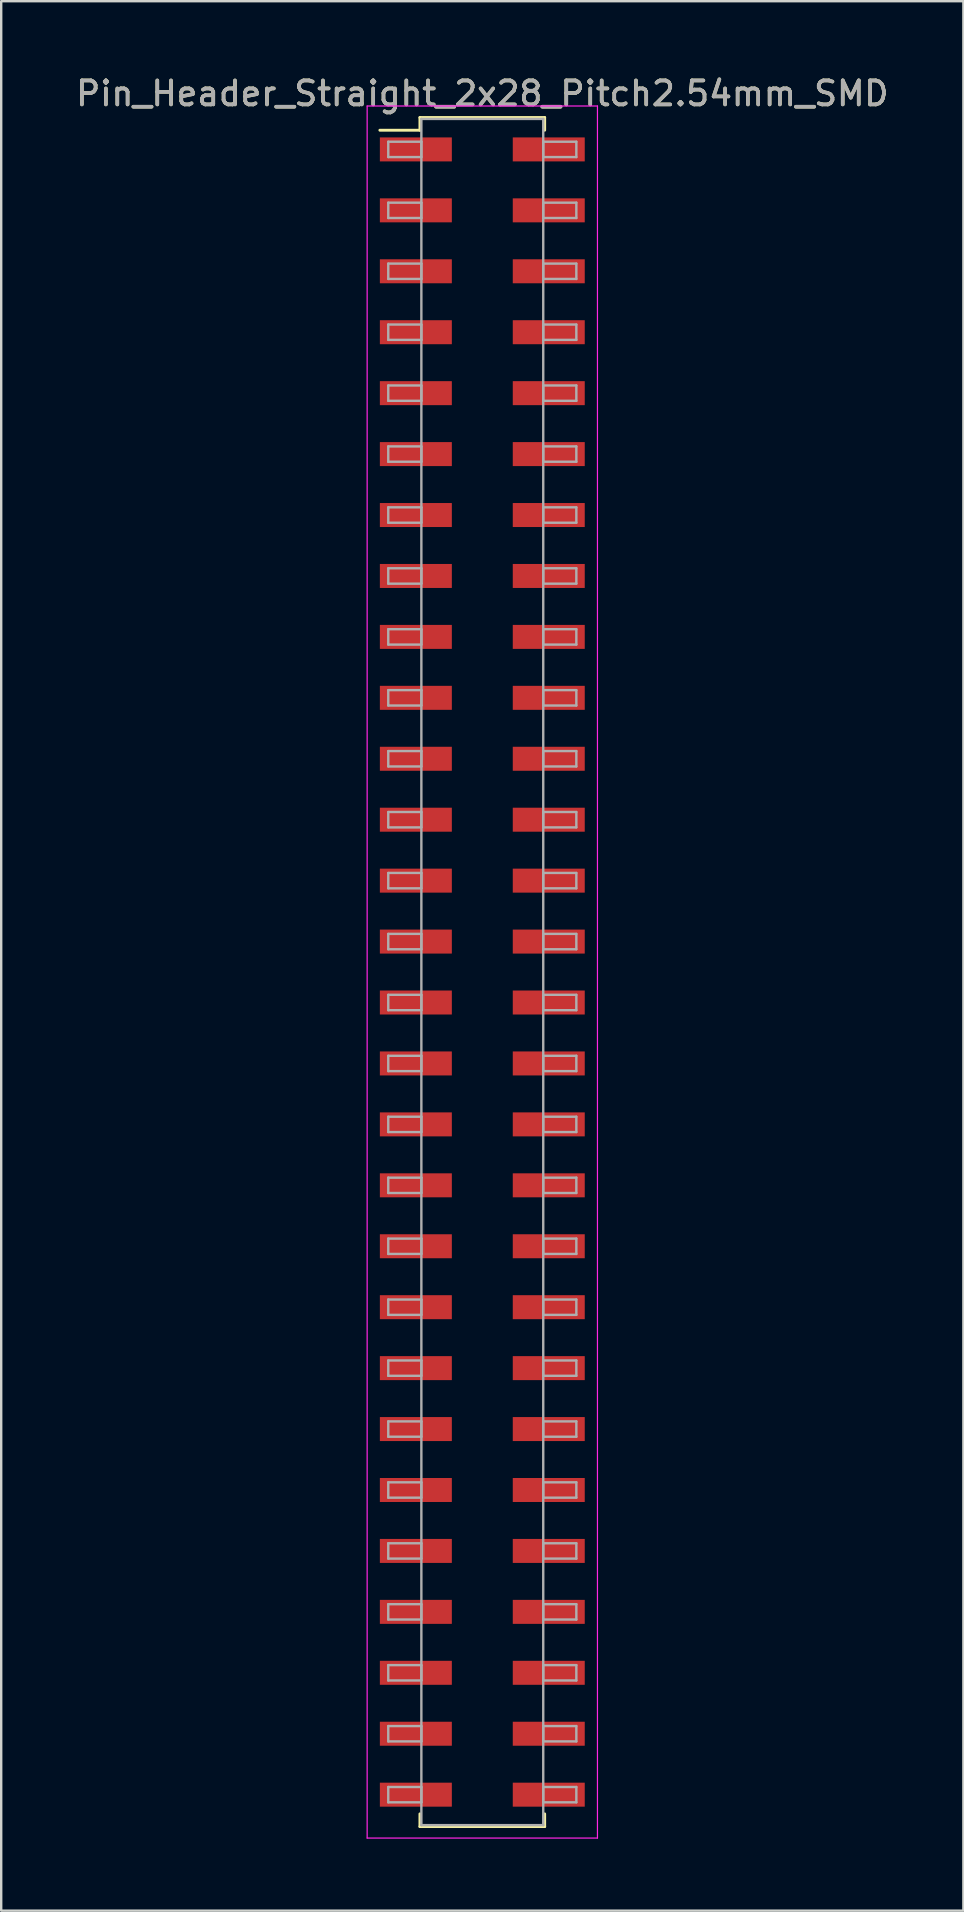
<source format=kicad_pcb>
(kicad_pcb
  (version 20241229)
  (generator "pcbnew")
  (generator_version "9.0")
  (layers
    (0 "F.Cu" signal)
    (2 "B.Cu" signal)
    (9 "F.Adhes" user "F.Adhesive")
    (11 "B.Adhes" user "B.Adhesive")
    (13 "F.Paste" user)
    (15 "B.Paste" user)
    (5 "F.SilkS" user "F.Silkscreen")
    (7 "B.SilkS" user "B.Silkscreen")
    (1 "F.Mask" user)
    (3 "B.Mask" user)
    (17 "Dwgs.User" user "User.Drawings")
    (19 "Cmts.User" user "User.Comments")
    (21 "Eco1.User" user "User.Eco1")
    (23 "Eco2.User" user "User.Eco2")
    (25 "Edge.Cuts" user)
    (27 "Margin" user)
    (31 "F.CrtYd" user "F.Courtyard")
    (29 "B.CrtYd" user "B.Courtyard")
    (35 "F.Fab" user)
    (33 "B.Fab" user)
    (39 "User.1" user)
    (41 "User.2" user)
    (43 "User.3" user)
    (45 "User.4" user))
  (footprint "Pin_Header_Straight_2x28_Pitch2.54mm_SMD"
    (layer "F.Cu")
    (at 17.054 37.468)
    (property "Reference" "Pin_Header_Straight_2x28_Pitch2.54mm_SMD" (at 0 -36.62 0) (layer "F.SilkS") (effects (font (size 1 1) (thickness 0.15))))
    (attr smd)
    (fp_line (start -4.27 -35.09) (end -2.6 -35.09) (stroke (width 0.12) (type solid)) (layer "F.SilkS"))
    (fp_line (start -2.6 -35.62) (end 2.6 -35.62) (stroke (width 0.12) (type solid)) (layer "F.SilkS"))
    (fp_line (start -2.6 -35.09) (end -2.6 -35.62) (stroke (width 0.12) (type solid)) (layer "F.SilkS"))
    (fp_line (start -2.6 35.09) (end -2.6 35.62) (stroke (width 0.12) (type solid)) (layer "F.SilkS"))
    (fp_line (start -2.6 35.62) (end 2.6 35.62) (stroke (width 0.12) (type solid)) (layer "F.SilkS"))
    (fp_line (start 2.6 -35.62) (end 2.6 -35.09) (stroke (width 0.12) (type solid)) (layer "F.SilkS"))
    (fp_line (start 2.6 35.62) (end 2.6 35.09) (stroke (width 0.12) (type solid)) (layer "F.SilkS"))
    (fp_line (start -4.8 -36.1) (end -4.8 36.1) (stroke (width 0.05) (type solid)) (layer "F.CrtYd"))
    (fp_line (start -4.8 36.1) (end 4.8 36.1) (stroke (width 0.05) (type solid)) (layer "F.CrtYd"))
    (fp_line (start 4.8 -36.1) (end -4.8 -36.1) (stroke (width 0.05) (type solid)) (layer "F.CrtYd"))
    (fp_line (start 4.8 36.1) (end 4.8 -36.1) (stroke (width 0.05) (type solid)) (layer "F.CrtYd"))
    (fp_line (start -3.92 -34.61) (end -2.54 -34.61) (stroke (width 0.1) (type solid)) (layer "F.Fab"))
    (fp_line (start -3.92 -33.97) (end -3.92 -34.61) (stroke (width 0.1) (type solid)) (layer "F.Fab"))
    (fp_line (start -3.92 -32.07) (end -2.54 -32.07) (stroke (width 0.1) (type solid)) (layer "F.Fab"))
    (fp_line (start -3.92 -31.43) (end -3.92 -32.07) (stroke (width 0.1) (type solid)) (layer "F.Fab"))
    (fp_line (start -3.92 -29.53) (end -2.54 -29.53) (stroke (width 0.1) (type solid)) (layer "F.Fab"))
    (fp_line (start -3.92 -28.89) (end -3.92 -29.53) (stroke (width 0.1) (type solid)) (layer "F.Fab"))
    (fp_line (start -3.92 -26.99) (end -2.54 -26.99) (stroke (width 0.1) (type solid)) (layer "F.Fab"))
    (fp_line (start -3.92 -26.35) (end -3.92 -26.99) (stroke (width 0.1) (type solid)) (layer "F.Fab"))
    (fp_line (start -3.92 -24.45) (end -2.54 -24.45) (stroke (width 0.1) (type solid)) (layer "F.Fab"))
    (fp_line (start -3.92 -23.81) (end -3.92 -24.45) (stroke (width 0.1) (type solid)) (layer "F.Fab"))
    (fp_line (start -3.92 -21.91) (end -2.54 -21.91) (stroke (width 0.1) (type solid)) (layer "F.Fab"))
    (fp_line (start -3.92 -21.27) (end -3.92 -21.91) (stroke (width 0.1) (type solid)) (layer "F.Fab"))
    (fp_line (start -3.92 -19.37) (end -2.54 -19.37) (stroke (width 0.1) (type solid)) (layer "F.Fab"))
    (fp_line (start -3.92 -18.73) (end -3.92 -19.37) (stroke (width 0.1) (type solid)) (layer "F.Fab"))
    (fp_line (start -3.92 -16.83) (end -2.54 -16.83) (stroke (width 0.1) (type solid)) (layer "F.Fab"))
    (fp_line (start -3.92 -16.19) (end -3.92 -16.83) (stroke (width 0.1) (type solid)) (layer "F.Fab"))
    (fp_line (start -3.92 -14.29) (end -2.54 -14.29) (stroke (width 0.1) (type solid)) (layer "F.Fab"))
    (fp_line (start -3.92 -13.65) (end -3.92 -14.29) (stroke (width 0.1) (type solid)) (layer "F.Fab"))
    (fp_line (start -3.92 -11.75) (end -2.54 -11.75) (stroke (width 0.1) (type solid)) (layer "F.Fab"))
    (fp_line (start -3.92 -11.11) (end -3.92 -11.75) (stroke (width 0.1) (type solid)) (layer "F.Fab"))
    (fp_line (start -3.92 -9.21) (end -2.54 -9.21) (stroke (width 0.1) (type solid)) (layer "F.Fab"))
    (fp_line (start -3.92 -8.57) (end -3.92 -9.21) (stroke (width 0.1) (type solid)) (layer "F.Fab"))
    (fp_line (start -3.92 -6.67) (end -2.54 -6.67) (stroke (width 0.1) (type solid)) (layer "F.Fab"))
    (fp_line (start -3.92 -6.03) (end -3.92 -6.67) (stroke (width 0.1) (type solid)) (layer "F.Fab"))
    (fp_line (start -3.92 -4.13) (end -2.54 -4.13) (stroke (width 0.1) (type solid)) (layer "F.Fab"))
    (fp_line (start -3.92 -3.49) (end -3.92 -4.13) (stroke (width 0.1) (type solid)) (layer "F.Fab"))
    (fp_line (start -3.92 -1.59) (end -2.54 -1.59) (stroke (width 0.1) (type solid)) (layer "F.Fab"))
    (fp_line (start -3.92 -0.95) (end -3.92 -1.59) (stroke (width 0.1) (type solid)) (layer "F.Fab"))
    (fp_line (start -3.92 0.95) (end -2.54 0.95) (stroke (width 0.1) (type solid)) (layer "F.Fab"))
    (fp_line (start -3.92 1.59) (end -3.92 0.95) (stroke (width 0.1) (type solid)) (layer "F.Fab"))
    (fp_line (start -3.92 3.49) (end -2.54 3.49) (stroke (width 0.1) (type solid)) (layer "F.Fab"))
    (fp_line (start -3.92 4.13) (end -3.92 3.49) (stroke (width 0.1) (type solid)) (layer "F.Fab"))
    (fp_line (start -3.92 6.03) (end -2.54 6.03) (stroke (width 0.1) (type solid)) (layer "F.Fab"))
    (fp_line (start -3.92 6.67) (end -3.92 6.03) (stroke (width 0.1) (type solid)) (layer "F.Fab"))
    (fp_line (start -3.92 8.57) (end -2.54 8.57) (stroke (width 0.1) (type solid)) (layer "F.Fab"))
    (fp_line (start -3.92 9.21) (end -3.92 8.57) (stroke (width 0.1) (type solid)) (layer "F.Fab"))
    (fp_line (start -3.92 11.11) (end -2.54 11.11) (stroke (width 0.1) (type solid)) (layer "F.Fab"))
    (fp_line (start -3.92 11.75) (end -3.92 11.11) (stroke (width 0.1) (type solid)) (layer "F.Fab"))
    (fp_line (start -3.92 13.65) (end -2.54 13.65) (stroke (width 0.1) (type solid)) (layer "F.Fab"))
    (fp_line (start -3.92 14.29) (end -3.92 13.65) (stroke (width 0.1) (type solid)) (layer "F.Fab"))
    (fp_line (start -3.92 16.19) (end -2.54 16.19) (stroke (width 0.1) (type solid)) (layer "F.Fab"))
    (fp_line (start -3.92 16.83) (end -3.92 16.19) (stroke (width 0.1) (type solid)) (layer "F.Fab"))
    (fp_line (start -3.92 18.73) (end -2.54 18.73) (stroke (width 0.1) (type solid)) (layer "F.Fab"))
    (fp_line (start -3.92 19.37) (end -3.92 18.73) (stroke (width 0.1) (type solid)) (layer "F.Fab"))
    (fp_line (start -3.92 21.27) (end -2.54 21.27) (stroke (width 0.1) (type solid)) (layer "F.Fab"))
    (fp_line (start -3.92 21.91) (end -3.92 21.27) (stroke (width 0.1) (type solid)) (layer "F.Fab"))
    (fp_line (start -3.92 23.81) (end -2.54 23.81) (stroke (width 0.1) (type solid)) (layer "F.Fab"))
    (fp_line (start -3.92 24.45) (end -3.92 23.81) (stroke (width 0.1) (type solid)) (layer "F.Fab"))
    (fp_line (start -3.92 26.35) (end -2.54 26.35) (stroke (width 0.1) (type solid)) (layer "F.Fab"))
    (fp_line (start -3.92 26.99) (end -3.92 26.35) (stroke (width 0.1) (type solid)) (layer "F.Fab"))
    (fp_line (start -3.92 28.89) (end -2.54 28.89) (stroke (width 0.1) (type solid)) (layer "F.Fab"))
    (fp_line (start -3.92 29.53) (end -3.92 28.89) (stroke (width 0.1) (type solid)) (layer "F.Fab"))
    (fp_line (start -3.92 31.43) (end -2.54 31.43) (stroke (width 0.1) (type solid)) (layer "F.Fab"))
    (fp_line (start -3.92 32.07) (end -3.92 31.43) (stroke (width 0.1) (type solid)) (layer "F.Fab"))
    (fp_line (start -3.92 33.97) (end -2.54 33.97) (stroke (width 0.1) (type solid)) (layer "F.Fab"))
    (fp_line (start -3.92 34.61) (end -3.92 33.97) (stroke (width 0.1) (type solid)) (layer "F.Fab"))
    (fp_line (start -2.54 -35.56) (end -2.54 35.56) (stroke (width 0.1) (type solid)) (layer "F.Fab"))
    (fp_line (start -2.54 -34.61) (end -2.54 -33.97) (stroke (width 0.1) (type solid)) (layer "F.Fab"))
    (fp_line (start -2.54 -33.97) (end -3.92 -33.97) (stroke (width 0.1) (type solid)) (layer "F.Fab"))
    (fp_line (start -2.54 -32.07) (end -2.54 -31.43) (stroke (width 0.1) (type solid)) (layer "F.Fab"))
    (fp_line (start -2.54 -31.43) (end -3.92 -31.43) (stroke (width 0.1) (type solid)) (layer "F.Fab"))
    (fp_line (start -2.54 -29.53) (end -2.54 -28.89) (stroke (width 0.1) (type solid)) (layer "F.Fab"))
    (fp_line (start -2.54 -28.89) (end -3.92 -28.89) (stroke (width 0.1) (type solid)) (layer "F.Fab"))
    (fp_line (start -2.54 -26.99) (end -2.54 -26.35) (stroke (width 0.1) (type solid)) (layer "F.Fab"))
    (fp_line (start -2.54 -26.35) (end -3.92 -26.35) (stroke (width 0.1) (type solid)) (layer "F.Fab"))
    (fp_line (start -2.54 -24.45) (end -2.54 -23.81) (stroke (width 0.1) (type solid)) (layer "F.Fab"))
    (fp_line (start -2.54 -23.81) (end -3.92 -23.81) (stroke (width 0.1) (type solid)) (layer "F.Fab"))
    (fp_line (start -2.54 -21.91) (end -2.54 -21.27) (stroke (width 0.1) (type solid)) (layer "F.Fab"))
    (fp_line (start -2.54 -21.27) (end -3.92 -21.27) (stroke (width 0.1) (type solid)) (layer "F.Fab"))
    (fp_line (start -2.54 -19.37) (end -2.54 -18.73) (stroke (width 0.1) (type solid)) (layer "F.Fab"))
    (fp_line (start -2.54 -18.73) (end -3.92 -18.73) (stroke (width 0.1) (type solid)) (layer "F.Fab"))
    (fp_line (start -2.54 -16.83) (end -2.54 -16.19) (stroke (width 0.1) (type solid)) (layer "F.Fab"))
    (fp_line (start -2.54 -16.19) (end -3.92 -16.19) (stroke (width 0.1) (type solid)) (layer "F.Fab"))
    (fp_line (start -2.54 -14.29) (end -2.54 -13.65) (stroke (width 0.1) (type solid)) (layer "F.Fab"))
    (fp_line (start -2.54 -13.65) (end -3.92 -13.65) (stroke (width 0.1) (type solid)) (layer "F.Fab"))
    (fp_line (start -2.54 -11.75) (end -2.54 -11.11) (stroke (width 0.1) (type solid)) (layer "F.Fab"))
    (fp_line (start -2.54 -11.11) (end -3.92 -11.11) (stroke (width 0.1) (type solid)) (layer "F.Fab"))
    (fp_line (start -2.54 -9.21) (end -2.54 -8.57) (stroke (width 0.1) (type solid)) (layer "F.Fab"))
    (fp_line (start -2.54 -8.57) (end -3.92 -8.57) (stroke (width 0.1) (type solid)) (layer "F.Fab"))
    (fp_line (start -2.54 -6.67) (end -2.54 -6.03) (stroke (width 0.1) (type solid)) (layer "F.Fab"))
    (fp_line (start -2.54 -6.03) (end -3.92 -6.03) (stroke (width 0.1) (type solid)) (layer "F.Fab"))
    (fp_line (start -2.54 -4.13) (end -2.54 -3.49) (stroke (width 0.1) (type solid)) (layer "F.Fab"))
    (fp_line (start -2.54 -3.49) (end -3.92 -3.49) (stroke (width 0.1) (type solid)) (layer "F.Fab"))
    (fp_line (start -2.54 -1.59) (end -2.54 -0.95) (stroke (width 0.1) (type solid)) (layer "F.Fab"))
    (fp_line (start -2.54 -0.95) (end -3.92 -0.95) (stroke (width 0.1) (type solid)) (layer "F.Fab"))
    (fp_line (start -2.54 0.95) (end -2.54 1.59) (stroke (width 0.1) (type solid)) (layer "F.Fab"))
    (fp_line (start -2.54 1.59) (end -3.92 1.59) (stroke (width 0.1) (type solid)) (layer "F.Fab"))
    (fp_line (start -2.54 3.49) (end -2.54 4.13) (stroke (width 0.1) (type solid)) (layer "F.Fab"))
    (fp_line (start -2.54 4.13) (end -3.92 4.13) (stroke (width 0.1) (type solid)) (layer "F.Fab"))
    (fp_line (start -2.54 6.03) (end -2.54 6.67) (stroke (width 0.1) (type solid)) (layer "F.Fab"))
    (fp_line (start -2.54 6.67) (end -3.92 6.67) (stroke (width 0.1) (type solid)) (layer "F.Fab"))
    (fp_line (start -2.54 8.57) (end -2.54 9.21) (stroke (width 0.1) (type solid)) (layer "F.Fab"))
    (fp_line (start -2.54 9.21) (end -3.92 9.21) (stroke (width 0.1) (type solid)) (layer "F.Fab"))
    (fp_line (start -2.54 11.11) (end -2.54 11.75) (stroke (width 0.1) (type solid)) (layer "F.Fab"))
    (fp_line (start -2.54 11.75) (end -3.92 11.75) (stroke (width 0.1) (type solid)) (layer "F.Fab"))
    (fp_line (start -2.54 13.65) (end -2.54 14.29) (stroke (width 0.1) (type solid)) (layer "F.Fab"))
    (fp_line (start -2.54 14.29) (end -3.92 14.29) (stroke (width 0.1) (type solid)) (layer "F.Fab"))
    (fp_line (start -2.54 16.19) (end -2.54 16.83) (stroke (width 0.1) (type solid)) (layer "F.Fab"))
    (fp_line (start -2.54 16.83) (end -3.92 16.83) (stroke (width 0.1) (type solid)) (layer "F.Fab"))
    (fp_line (start -2.54 18.73) (end -2.54 19.37) (stroke (width 0.1) (type solid)) (layer "F.Fab"))
    (fp_line (start -2.54 19.37) (end -3.92 19.37) (stroke (width 0.1) (type solid)) (layer "F.Fab"))
    (fp_line (start -2.54 21.27) (end -2.54 21.91) (stroke (width 0.1) (type solid)) (layer "F.Fab"))
    (fp_line (start -2.54 21.91) (end -3.92 21.91) (stroke (width 0.1) (type solid)) (layer "F.Fab"))
    (fp_line (start -2.54 23.81) (end -2.54 24.45) (stroke (width 0.1) (type solid)) (layer "F.Fab"))
    (fp_line (start -2.54 24.45) (end -3.92 24.45) (stroke (width 0.1) (type solid)) (layer "F.Fab"))
    (fp_line (start -2.54 26.35) (end -2.54 26.99) (stroke (width 0.1) (type solid)) (layer "F.Fab"))
    (fp_line (start -2.54 26.99) (end -3.92 26.99) (stroke (width 0.1) (type solid)) (layer "F.Fab"))
    (fp_line (start -2.54 28.89) (end -2.54 29.53) (stroke (width 0.1) (type solid)) (layer "F.Fab"))
    (fp_line (start -2.54 29.53) (end -3.92 29.53) (stroke (width 0.1) (type solid)) (layer "F.Fab"))
    (fp_line (start -2.54 31.43) (end -2.54 32.07) (stroke (width 0.1) (type solid)) (layer "F.Fab"))
    (fp_line (start -2.54 32.07) (end -3.92 32.07) (stroke (width 0.1) (type solid)) (layer "F.Fab"))
    (fp_line (start -2.54 33.97) (end -2.54 34.61) (stroke (width 0.1) (type solid)) (layer "F.Fab"))
    (fp_line (start -2.54 34.61) (end -3.92 34.61) (stroke (width 0.1) (type solid)) (layer "F.Fab"))
    (fp_line (start -2.54 35.56) (end 2.54 35.56) (stroke (width 0.1) (type solid)) (layer "F.Fab"))
    (fp_line (start 2.54 -35.56) (end -2.54 -35.56) (stroke (width 0.1) (type solid)) (layer "F.Fab"))
    (fp_line (start 2.54 -34.61) (end 2.54 -33.97) (stroke (width 0.1) (type solid)) (layer "F.Fab"))
    (fp_line (start 2.54 -33.97) (end 3.92 -33.97) (stroke (width 0.1) (type solid)) (layer "F.Fab"))
    (fp_line (start 2.54 -32.07) (end 2.54 -31.43) (stroke (width 0.1) (type solid)) (layer "F.Fab"))
    (fp_line (start 2.54 -31.43) (end 3.92 -31.43) (stroke (width 0.1) (type solid)) (layer "F.Fab"))
    (fp_line (start 2.54 -29.53) (end 2.54 -28.89) (stroke (width 0.1) (type solid)) (layer "F.Fab"))
    (fp_line (start 2.54 -28.89) (end 3.92 -28.89) (stroke (width 0.1) (type solid)) (layer "F.Fab"))
    (fp_line (start 2.54 -26.99) (end 2.54 -26.35) (stroke (width 0.1) (type solid)) (layer "F.Fab"))
    (fp_line (start 2.54 -26.35) (end 3.92 -26.35) (stroke (width 0.1) (type solid)) (layer "F.Fab"))
    (fp_line (start 2.54 -24.45) (end 2.54 -23.81) (stroke (width 0.1) (type solid)) (layer "F.Fab"))
    (fp_line (start 2.54 -23.81) (end 3.92 -23.81) (stroke (width 0.1) (type solid)) (layer "F.Fab"))
    (fp_line (start 2.54 -21.91) (end 2.54 -21.27) (stroke (width 0.1) (type solid)) (layer "F.Fab"))
    (fp_line (start 2.54 -21.27) (end 3.92 -21.27) (stroke (width 0.1) (type solid)) (layer "F.Fab"))
    (fp_line (start 2.54 -19.37) (end 2.54 -18.73) (stroke (width 0.1) (type solid)) (layer "F.Fab"))
    (fp_line (start 2.54 -18.73) (end 3.92 -18.73) (stroke (width 0.1) (type solid)) (layer "F.Fab"))
    (fp_line (start 2.54 -16.83) (end 2.54 -16.19) (stroke (width 0.1) (type solid)) (layer "F.Fab"))
    (fp_line (start 2.54 -16.19) (end 3.92 -16.19) (stroke (width 0.1) (type solid)) (layer "F.Fab"))
    (fp_line (start 2.54 -14.29) (end 2.54 -13.65) (stroke (width 0.1) (type solid)) (layer "F.Fab"))
    (fp_line (start 2.54 -13.65) (end 3.92 -13.65) (stroke (width 0.1) (type solid)) (layer "F.Fab"))
    (fp_line (start 2.54 -11.75) (end 2.54 -11.11) (stroke (width 0.1) (type solid)) (layer "F.Fab"))
    (fp_line (start 2.54 -11.11) (end 3.92 -11.11) (stroke (width 0.1) (type solid)) (layer "F.Fab"))
    (fp_line (start 2.54 -9.21) (end 2.54 -8.57) (stroke (width 0.1) (type solid)) (layer "F.Fab"))
    (fp_line (start 2.54 -8.57) (end 3.92 -8.57) (stroke (width 0.1) (type solid)) (layer "F.Fab"))
    (fp_line (start 2.54 -6.67) (end 2.54 -6.03) (stroke (width 0.1) (type solid)) (layer "F.Fab"))
    (fp_line (start 2.54 -6.03) (end 3.92 -6.03) (stroke (width 0.1) (type solid)) (layer "F.Fab"))
    (fp_line (start 2.54 -4.13) (end 2.54 -3.49) (stroke (width 0.1) (type solid)) (layer "F.Fab"))
    (fp_line (start 2.54 -3.49) (end 3.92 -3.49) (stroke (width 0.1) (type solid)) (layer "F.Fab"))
    (fp_line (start 2.54 -1.59) (end 2.54 -0.95) (stroke (width 0.1) (type solid)) (layer "F.Fab"))
    (fp_line (start 2.54 -0.95) (end 3.92 -0.95) (stroke (width 0.1) (type solid)) (layer "F.Fab"))
    (fp_line (start 2.54 0.95) (end 2.54 1.59) (stroke (width 0.1) (type solid)) (layer "F.Fab"))
    (fp_line (start 2.54 1.59) (end 3.92 1.59) (stroke (width 0.1) (type solid)) (layer "F.Fab"))
    (fp_line (start 2.54 3.49) (end 2.54 4.13) (stroke (width 0.1) (type solid)) (layer "F.Fab"))
    (fp_line (start 2.54 4.13) (end 3.92 4.13) (stroke (width 0.1) (type solid)) (layer "F.Fab"))
    (fp_line (start 2.54 6.03) (end 2.54 6.67) (stroke (width 0.1) (type solid)) (layer "F.Fab"))
    (fp_line (start 2.54 6.67) (end 3.92 6.67) (stroke (width 0.1) (type solid)) (layer "F.Fab"))
    (fp_line (start 2.54 8.57) (end 2.54 9.21) (stroke (width 0.1) (type solid)) (layer "F.Fab"))
    (fp_line (start 2.54 9.21) (end 3.92 9.21) (stroke (width 0.1) (type solid)) (layer "F.Fab"))
    (fp_line (start 2.54 11.11) (end 2.54 11.75) (stroke (width 0.1) (type solid)) (layer "F.Fab"))
    (fp_line (start 2.54 11.75) (end 3.92 11.75) (stroke (width 0.1) (type solid)) (layer "F.Fab"))
    (fp_line (start 2.54 13.65) (end 2.54 14.29) (stroke (width 0.1) (type solid)) (layer "F.Fab"))
    (fp_line (start 2.54 14.29) (end 3.92 14.29) (stroke (width 0.1) (type solid)) (layer "F.Fab"))
    (fp_line (start 2.54 16.19) (end 2.54 16.83) (stroke (width 0.1) (type solid)) (layer "F.Fab"))
    (fp_line (start 2.54 16.83) (end 3.92 16.83) (stroke (width 0.1) (type solid)) (layer "F.Fab"))
    (fp_line (start 2.54 18.73) (end 2.54 19.37) (stroke (width 0.1) (type solid)) (layer "F.Fab"))
    (fp_line (start 2.54 19.37) (end 3.92 19.37) (stroke (width 0.1) (type solid)) (layer "F.Fab"))
    (fp_line (start 2.54 21.27) (end 2.54 21.91) (stroke (width 0.1) (type solid)) (layer "F.Fab"))
    (fp_line (start 2.54 21.91) (end 3.92 21.91) (stroke (width 0.1) (type solid)) (layer "F.Fab"))
    (fp_line (start 2.54 23.81) (end 2.54 24.45) (stroke (width 0.1) (type solid)) (layer "F.Fab"))
    (fp_line (start 2.54 24.45) (end 3.92 24.45) (stroke (width 0.1) (type solid)) (layer "F.Fab"))
    (fp_line (start 2.54 26.35) (end 2.54 26.99) (stroke (width 0.1) (type solid)) (layer "F.Fab"))
    (fp_line (start 2.54 26.99) (end 3.92 26.99) (stroke (width 0.1) (type solid)) (layer "F.Fab"))
    (fp_line (start 2.54 28.89) (end 2.54 29.53) (stroke (width 0.1) (type solid)) (layer "F.Fab"))
    (fp_line (start 2.54 29.53) (end 3.92 29.53) (stroke (width 0.1) (type solid)) (layer "F.Fab"))
    (fp_line (start 2.54 31.43) (end 2.54 32.07) (stroke (width 0.1) (type solid)) (layer "F.Fab"))
    (fp_line (start 2.54 32.07) (end 3.92 32.07) (stroke (width 0.1) (type solid)) (layer "F.Fab"))
    (fp_line (start 2.54 33.97) (end 2.54 34.61) (stroke (width 0.1) (type solid)) (layer "F.Fab"))
    (fp_line (start 2.54 34.61) (end 3.92 34.61) (stroke (width 0.1) (type solid)) (layer "F.Fab"))
    (fp_line (start 2.54 35.56) (end 2.54 -35.56) (stroke (width 0.1) (type solid)) (layer "F.Fab"))
    (fp_line (start 3.92 -34.61) (end 2.54 -34.61) (stroke (width 0.1) (type solid)) (layer "F.Fab"))
    (fp_line (start 3.92 -33.97) (end 3.92 -34.61) (stroke (width 0.1) (type solid)) (layer "F.Fab"))
    (fp_line (start 3.92 -32.07) (end 2.54 -32.07) (stroke (width 0.1) (type solid)) (layer "F.Fab"))
    (fp_line (start 3.92 -31.43) (end 3.92 -32.07) (stroke (width 0.1) (type solid)) (layer "F.Fab"))
    (fp_line (start 3.92 -29.53) (end 2.54 -29.53) (stroke (width 0.1) (type solid)) (layer "F.Fab"))
    (fp_line (start 3.92 -28.89) (end 3.92 -29.53) (stroke (width 0.1) (type solid)) (layer "F.Fab"))
    (fp_line (start 3.92 -26.99) (end 2.54 -26.99) (stroke (width 0.1) (type solid)) (layer "F.Fab"))
    (fp_line (start 3.92 -26.35) (end 3.92 -26.99) (stroke (width 0.1) (type solid)) (layer "F.Fab"))
    (fp_line (start 3.92 -24.45) (end 2.54 -24.45) (stroke (width 0.1) (type solid)) (layer "F.Fab"))
    (fp_line (start 3.92 -23.81) (end 3.92 -24.45) (stroke (width 0.1) (type solid)) (layer "F.Fab"))
    (fp_line (start 3.92 -21.91) (end 2.54 -21.91) (stroke (width 0.1) (type solid)) (layer "F.Fab"))
    (fp_line (start 3.92 -21.27) (end 3.92 -21.91) (stroke (width 0.1) (type solid)) (layer "F.Fab"))
    (fp_line (start 3.92 -19.37) (end 2.54 -19.37) (stroke (width 0.1) (type solid)) (layer "F.Fab"))
    (fp_line (start 3.92 -18.73) (end 3.92 -19.37) (stroke (width 0.1) (type solid)) (layer "F.Fab"))
    (fp_line (start 3.92 -16.83) (end 2.54 -16.83) (stroke (width 0.1) (type solid)) (layer "F.Fab"))
    (fp_line (start 3.92 -16.19) (end 3.92 -16.83) (stroke (width 0.1) (type solid)) (layer "F.Fab"))
    (fp_line (start 3.92 -14.29) (end 2.54 -14.29) (stroke (width 0.1) (type solid)) (layer "F.Fab"))
    (fp_line (start 3.92 -13.65) (end 3.92 -14.29) (stroke (width 0.1) (type solid)) (layer "F.Fab"))
    (fp_line (start 3.92 -11.75) (end 2.54 -11.75) (stroke (width 0.1) (type solid)) (layer "F.Fab"))
    (fp_line (start 3.92 -11.11) (end 3.92 -11.75) (stroke (width 0.1) (type solid)) (layer "F.Fab"))
    (fp_line (start 3.92 -9.21) (end 2.54 -9.21) (stroke (width 0.1) (type solid)) (layer "F.Fab"))
    (fp_line (start 3.92 -8.57) (end 3.92 -9.21) (stroke (width 0.1) (type solid)) (layer "F.Fab"))
    (fp_line (start 3.92 -6.67) (end 2.54 -6.67) (stroke (width 0.1) (type solid)) (layer "F.Fab"))
    (fp_line (start 3.92 -6.03) (end 3.92 -6.67) (stroke (width 0.1) (type solid)) (layer "F.Fab"))
    (fp_line (start 3.92 -4.13) (end 2.54 -4.13) (stroke (width 0.1) (type solid)) (layer "F.Fab"))
    (fp_line (start 3.92 -3.49) (end 3.92 -4.13) (stroke (width 0.1) (type solid)) (layer "F.Fab"))
    (fp_line (start 3.92 -1.59) (end 2.54 -1.59) (stroke (width 0.1) (type solid)) (layer "F.Fab"))
    (fp_line (start 3.92 -0.95) (end 3.92 -1.59) (stroke (width 0.1) (type solid)) (layer "F.Fab"))
    (fp_line (start 3.92 0.95) (end 2.54 0.95) (stroke (width 0.1) (type solid)) (layer "F.Fab"))
    (fp_line (start 3.92 1.59) (end 3.92 0.95) (stroke (width 0.1) (type solid)) (layer "F.Fab"))
    (fp_line (start 3.92 3.49) (end 2.54 3.49) (stroke (width 0.1) (type solid)) (layer "F.Fab"))
    (fp_line (start 3.92 4.13) (end 3.92 3.49) (stroke (width 0.1) (type solid)) (layer "F.Fab"))
    (fp_line (start 3.92 6.03) (end 2.54 6.03) (stroke (width 0.1) (type solid)) (layer "F.Fab"))
    (fp_line (start 3.92 6.67) (end 3.92 6.03) (stroke (width 0.1) (type solid)) (layer "F.Fab"))
    (fp_line (start 3.92 8.57) (end 2.54 8.57) (stroke (width 0.1) (type solid)) (layer "F.Fab"))
    (fp_line (start 3.92 9.21) (end 3.92 8.57) (stroke (width 0.1) (type solid)) (layer "F.Fab"))
    (fp_line (start 3.92 11.11) (end 2.54 11.11) (stroke (width 0.1) (type solid)) (layer "F.Fab"))
    (fp_line (start 3.92 11.75) (end 3.92 11.11) (stroke (width 0.1) (type solid)) (layer "F.Fab"))
    (fp_line (start 3.92 13.65) (end 2.54 13.65) (stroke (width 0.1) (type solid)) (layer "F.Fab"))
    (fp_line (start 3.92 14.29) (end 3.92 13.65) (stroke (width 0.1) (type solid)) (layer "F.Fab"))
    (fp_line (start 3.92 16.19) (end 2.54 16.19) (stroke (width 0.1) (type solid)) (layer "F.Fab"))
    (fp_line (start 3.92 16.83) (end 3.92 16.19) (stroke (width 0.1) (type solid)) (layer "F.Fab"))
    (fp_line (start 3.92 18.73) (end 2.54 18.73) (stroke (width 0.1) (type solid)) (layer "F.Fab"))
    (fp_line (start 3.92 19.37) (end 3.92 18.73) (stroke (width 0.1) (type solid)) (layer "F.Fab"))
    (fp_line (start 3.92 21.27) (end 2.54 21.27) (stroke (width 0.1) (type solid)) (layer "F.Fab"))
    (fp_line (start 3.92 21.91) (end 3.92 21.27) (stroke (width 0.1) (type solid)) (layer "F.Fab"))
    (fp_line (start 3.92 23.81) (end 2.54 23.81) (stroke (width 0.1) (type solid)) (layer "F.Fab"))
    (fp_line (start 3.92 24.45) (end 3.92 23.81) (stroke (width 0.1) (type solid)) (layer "F.Fab"))
    (fp_line (start 3.92 26.35) (end 2.54 26.35) (stroke (width 0.1) (type solid)) (layer "F.Fab"))
    (fp_line (start 3.92 26.99) (end 3.92 26.35) (stroke (width 0.1) (type solid)) (layer "F.Fab"))
    (fp_line (start 3.92 28.89) (end 2.54 28.89) (stroke (width 0.1) (type solid)) (layer "F.Fab"))
    (fp_line (start 3.92 29.53) (end 3.92 28.89) (stroke (width 0.1) (type solid)) (layer "F.Fab"))
    (fp_line (start 3.92 31.43) (end 2.54 31.43) (stroke (width 0.1) (type solid)) (layer "F.Fab"))
    (fp_line (start 3.92 32.07) (end 3.92 31.43) (stroke (width 0.1) (type solid)) (layer "F.Fab"))
    (fp_line (start 3.92 33.97) (end 2.54 33.97) (stroke (width 0.1) (type solid)) (layer "F.Fab"))
    (fp_line (start 3.92 34.61) (end 3.92 33.97) (stroke (width 0.1) (type solid)) (layer "F.Fab"))
    (fp_text user "${REFERENCE}" (at 0 -36.62 0) (layer "F.Fab") (effects (font (size 1 1) (thickness 0.15))))
    (pad "1" smd rect (at -2.77 -34.29) (size 3 1) (layers "F.Cu" "F.Mask" "F.Paste"))
    (pad "2" smd rect (at 2.77 -34.29) (size 3 1) (layers "F.Cu" "F.Mask" "F.Paste"))
    (pad "3" smd rect (at -2.77 -31.75) (size 3 1) (layers "F.Cu" "F.Mask" "F.Paste"))
    (pad "4" smd rect (at 2.77 -31.75) (size 3 1) (layers "F.Cu" "F.Mask" "F.Paste"))
    (pad "5" smd rect (at -2.77 -29.21) (size 3 1) (layers "F.Cu" "F.Mask" "F.Paste"))
    (pad "6" smd rect (at 2.77 -29.21) (size 3 1) (layers "F.Cu" "F.Mask" "F.Paste"))
    (pad "7" smd rect (at -2.77 -26.67) (size 3 1) (layers "F.Cu" "F.Mask" "F.Paste"))
    (pad "8" smd rect (at 2.77 -26.67) (size 3 1) (layers "F.Cu" "F.Mask" "F.Paste"))
    (pad "9" smd rect (at -2.77 -24.13) (size 3 1) (layers "F.Cu" "F.Mask" "F.Paste"))
    (pad "10" smd rect (at 2.77 -24.13) (size 3 1) (layers "F.Cu" "F.Mask" "F.Paste"))
    (pad "11" smd rect (at -2.77 -21.59) (size 3 1) (layers "F.Cu" "F.Mask" "F.Paste"))
    (pad "12" smd rect (at 2.77 -21.59) (size 3 1) (layers "F.Cu" "F.Mask" "F.Paste"))
    (pad "13" smd rect (at -2.77 -19.05) (size 3 1) (layers "F.Cu" "F.Mask" "F.Paste"))
    (pad "14" smd rect (at 2.77 -19.05) (size 3 1) (layers "F.Cu" "F.Mask" "F.Paste"))
    (pad "15" smd rect (at -2.77 -16.51) (size 3 1) (layers "F.Cu" "F.Mask" "F.Paste"))
    (pad "16" smd rect (at 2.77 -16.51) (size 3 1) (layers "F.Cu" "F.Mask" "F.Paste"))
    (pad "17" smd rect (at -2.77 -13.97) (size 3 1) (layers "F.Cu" "F.Mask" "F.Paste"))
    (pad "18" smd rect (at 2.77 -13.97) (size 3 1) (layers "F.Cu" "F.Mask" "F.Paste"))
    (pad "19" smd rect (at -2.77 -11.43) (size 3 1) (layers "F.Cu" "F.Mask" "F.Paste"))
    (pad "20" smd rect (at 2.77 -11.43) (size 3 1) (layers "F.Cu" "F.Mask" "F.Paste"))
    (pad "21" smd rect (at -2.77 -8.89) (size 3 1) (layers "F.Cu" "F.Mask" "F.Paste"))
    (pad "22" smd rect (at 2.77 -8.89) (size 3 1) (layers "F.Cu" "F.Mask" "F.Paste"))
    (pad "23" smd rect (at -2.77 -6.35) (size 3 1) (layers "F.Cu" "F.Mask" "F.Paste"))
    (pad "24" smd rect (at 2.77 -6.35) (size 3 1) (layers "F.Cu" "F.Mask" "F.Paste"))
    (pad "25" smd rect (at -2.77 -3.81) (size 3 1) (layers "F.Cu" "F.Mask" "F.Paste"))
    (pad "26" smd rect (at 2.77 -3.81) (size 3 1) (layers "F.Cu" "F.Mask" "F.Paste"))
    (pad "27" smd rect (at -2.77 -1.27) (size 3 1) (layers "F.Cu" "F.Mask" "F.Paste"))
    (pad "28" smd rect (at 2.77 -1.27) (size 3 1) (layers "F.Cu" "F.Mask" "F.Paste"))
    (pad "29" smd rect (at -2.77 1.27) (size 3 1) (layers "F.Cu" "F.Mask" "F.Paste"))
    (pad "30" smd rect (at 2.77 1.27) (size 3 1) (layers "F.Cu" "F.Mask" "F.Paste"))
    (pad "31" smd rect (at -2.77 3.81) (size 3 1) (layers "F.Cu" "F.Mask" "F.Paste"))
    (pad "32" smd rect (at 2.77 3.81) (size 3 1) (layers "F.Cu" "F.Mask" "F.Paste"))
    (pad "33" smd rect (at -2.77 6.35) (size 3 1) (layers "F.Cu" "F.Mask" "F.Paste"))
    (pad "34" smd rect (at 2.77 6.35) (size 3 1) (layers "F.Cu" "F.Mask" "F.Paste"))
    (pad "35" smd rect (at -2.77 8.89) (size 3 1) (layers "F.Cu" "F.Mask" "F.Paste"))
    (pad "36" smd rect (at 2.77 8.89) (size 3 1) (layers "F.Cu" "F.Mask" "F.Paste"))
    (pad "37" smd rect (at -2.77 11.43) (size 3 1) (layers "F.Cu" "F.Mask" "F.Paste"))
    (pad "38" smd rect (at 2.77 11.43) (size 3 1) (layers "F.Cu" "F.Mask" "F.Paste"))
    (pad "39" smd rect (at -2.77 13.97) (size 3 1) (layers "F.Cu" "F.Mask" "F.Paste"))
    (pad "40" smd rect (at 2.77 13.97) (size 3 1) (layers "F.Cu" "F.Mask" "F.Paste"))
    (pad "41" smd rect (at -2.77 16.51) (size 3 1) (layers "F.Cu" "F.Mask" "F.Paste"))
    (pad "42" smd rect (at 2.77 16.51) (size 3 1) (layers "F.Cu" "F.Mask" "F.Paste"))
    (pad "43" smd rect (at -2.77 19.05) (size 3 1) (layers "F.Cu" "F.Mask" "F.Paste"))
    (pad "44" smd rect (at 2.77 19.05) (size 3 1) (layers "F.Cu" "F.Mask" "F.Paste"))
    (pad "45" smd rect (at -2.77 21.59) (size 3 1) (layers "F.Cu" "F.Mask" "F.Paste"))
    (pad "46" smd rect (at 2.77 21.59) (size 3 1) (layers "F.Cu" "F.Mask" "F.Paste"))
    (pad "47" smd rect (at -2.77 24.13) (size 3 1) (layers "F.Cu" "F.Mask" "F.Paste"))
    (pad "48" smd rect (at 2.77 24.13) (size 3 1) (layers "F.Cu" "F.Mask" "F.Paste"))
    (pad "49" smd rect (at -2.77 26.67) (size 3 1) (layers "F.Cu" "F.Mask" "F.Paste"))
    (pad "50" smd rect (at 2.77 26.67) (size 3 1) (layers "F.Cu" "F.Mask" "F.Paste"))
    (pad "51" smd rect (at -2.77 29.21) (size 3 1) (layers "F.Cu" "F.Mask" "F.Paste"))
    (pad "52" smd rect (at 2.77 29.21) (size 3 1) (layers "F.Cu" "F.Mask" "F.Paste"))
    (pad "53" smd rect (at -2.77 31.75) (size 3 1) (layers "F.Cu" "F.Mask" "F.Paste"))
    (pad "54" smd rect (at 2.77 31.75) (size 3 1) (layers "F.Cu" "F.Mask" "F.Paste"))
    (pad "55" smd rect (at -2.77 34.29) (size 3 1) (layers "F.Cu" "F.Mask" "F.Paste"))
    (pad "56" smd rect (at 2.77 34.29) (size 3 1) (layers "F.Cu" "F.Mask" "F.Paste")))
  (gr_rect
    (start -3 -3)
    (end 37.107 76.593)
    (stroke (width 0.1) (type default))
    (fill no)
    (layer "Edge.Cuts")))
</source>
